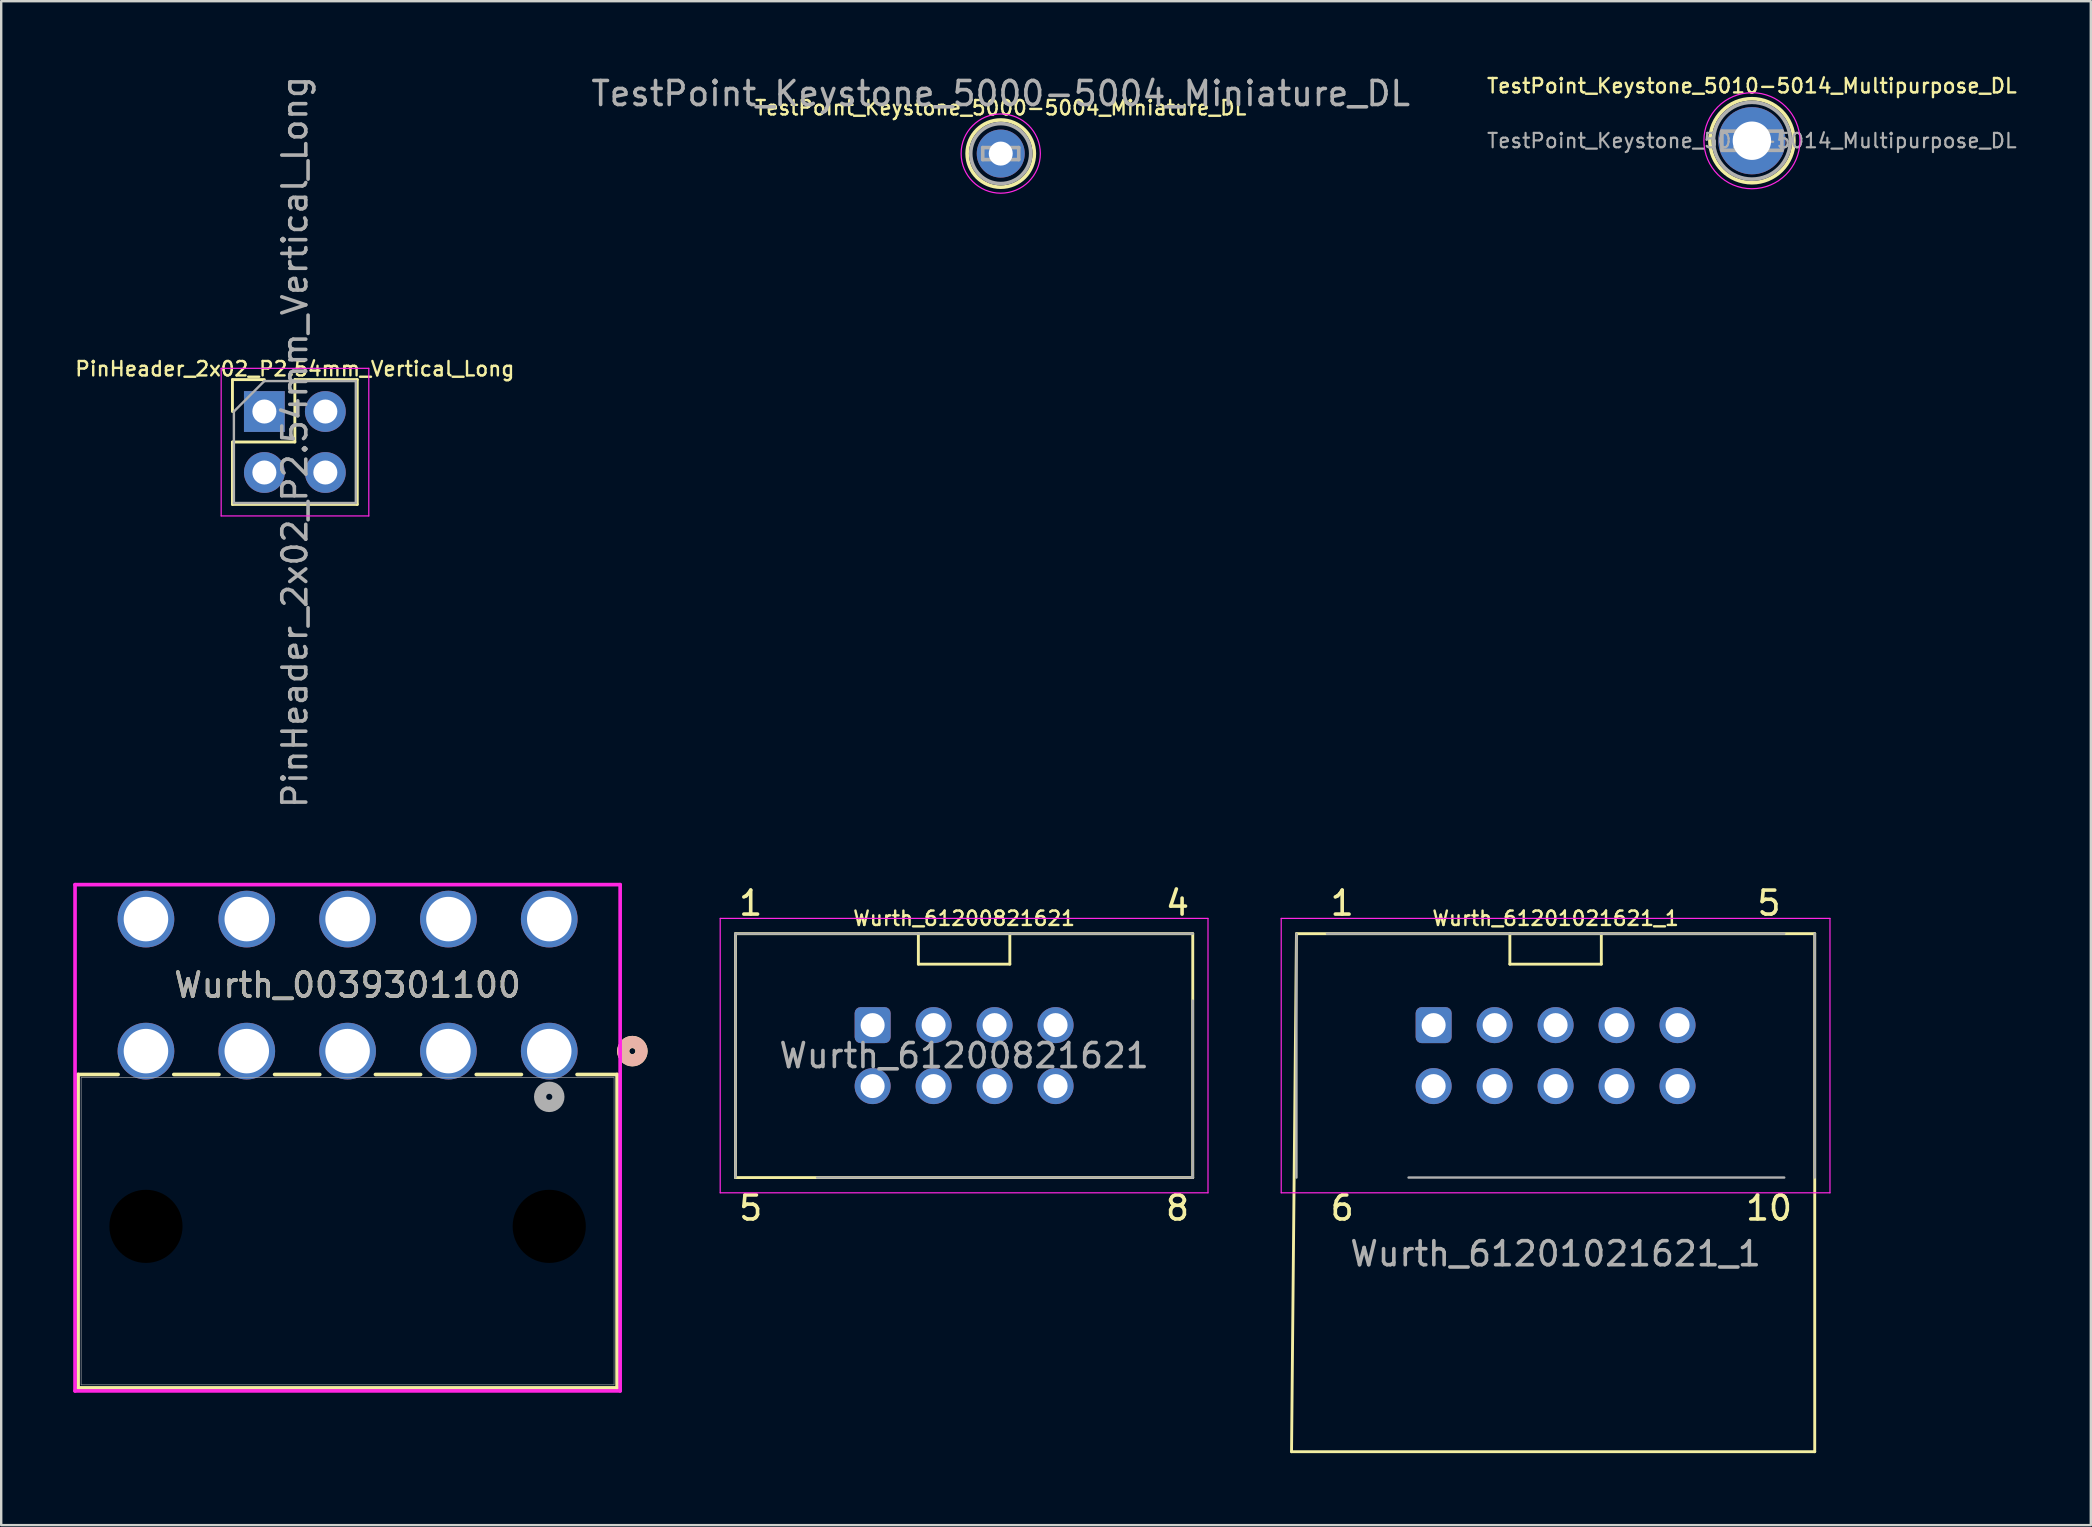
<source format=kicad_pcb>
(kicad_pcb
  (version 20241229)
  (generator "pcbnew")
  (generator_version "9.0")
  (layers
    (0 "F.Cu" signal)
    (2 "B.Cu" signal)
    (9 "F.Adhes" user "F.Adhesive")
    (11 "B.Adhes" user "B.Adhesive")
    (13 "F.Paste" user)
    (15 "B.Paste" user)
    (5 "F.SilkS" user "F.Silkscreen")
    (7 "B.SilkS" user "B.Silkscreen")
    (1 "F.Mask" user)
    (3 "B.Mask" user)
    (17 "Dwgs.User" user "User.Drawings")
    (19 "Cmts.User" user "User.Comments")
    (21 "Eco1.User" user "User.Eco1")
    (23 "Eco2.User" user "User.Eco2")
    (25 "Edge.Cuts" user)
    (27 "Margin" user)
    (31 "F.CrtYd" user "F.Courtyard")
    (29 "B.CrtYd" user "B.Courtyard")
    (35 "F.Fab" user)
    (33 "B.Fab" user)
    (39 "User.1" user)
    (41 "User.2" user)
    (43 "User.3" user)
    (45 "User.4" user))
  (footprint "Wurth_0039301100"
    (layer "F.Cu")
    (at 19.83 40.737)
    (property "Reference" "Wurth_0039301100" (at -8.4 -2.75 0) (unlocked yes) (layer "F.SilkS") (effects (font (size 1 1) (thickness 0.15))))
    (attr through_hole)
    (fp_line (start -19.627 0.973) (end -19.627 14.029) (stroke (width 0.152) (type solid)) (layer "F.SilkS"))
    (fp_line (start -19.627 14.029) (end 2.827 14.029) (stroke (width 0.152) (type solid)) (layer "F.SilkS"))
    (fp_line (start -17.96 0.973) (end -19.627 0.973) (stroke (width 0.152) (type solid)) (layer "F.SilkS"))
    (fp_line (start -13.76 0.973) (end -15.64 0.973) (stroke (width 0.152) (type solid)) (layer "F.SilkS"))
    (fp_line (start -9.56 0.973) (end -11.44 0.973) (stroke (width 0.152) (type solid)) (layer "F.SilkS"))
    (fp_line (start -5.36 0.973) (end -7.24 0.973) (stroke (width 0.152) (type solid)) (layer "F.SilkS"))
    (fp_line (start -1.16 0.973) (end -3.04 0.973) (stroke (width 0.152) (type solid)) (layer "F.SilkS"))
    (fp_line (start 2.827 0.973) (end 1.16 0.973) (stroke (width 0.152) (type solid)) (layer "F.SilkS"))
    (fp_line (start 2.827 14.029) (end 2.827 0.973) (stroke (width 0.152) (type solid)) (layer "F.SilkS"))
    (fp_circle (center 3.462 0) (end 3.843 0) (stroke (width 0.508) (type solid)) (fill no) (layer "F.SilkS"))
    (fp_circle (center 3.462 0) (end 3.843 0) (stroke (width 0.508) (type solid)) (fill no) (layer "B.SilkS"))
    (fp_line (start -19.754 -6.935) (end -19.754 14.156) (stroke (width 0.152) (type solid)) (layer "F.CrtYd"))
    (fp_line (start -19.754 14.156) (end 2.954 14.156) (stroke (width 0.152) (type solid)) (layer "F.CrtYd"))
    (fp_line (start 2.954 -6.935) (end -19.754 -6.935) (stroke (width 0.152) (type solid)) (layer "F.CrtYd"))
    (fp_line (start 2.954 14.156) (end 2.954 -6.935) (stroke (width 0.152) (type solid)) (layer "F.CrtYd"))
    (fp_line (start -19.5 1.1) (end -19.5 13.902) (stroke (width 0.025) (type solid)) (layer "F.Fab"))
    (fp_line (start -19.5 13.902) (end 2.7 13.902) (stroke (width 0.025) (type solid)) (layer "F.Fab"))
    (fp_line (start 2.7 1.1) (end -19.5 1.1) (stroke (width 0.025) (type solid)) (layer "F.Fab"))
    (fp_line (start 2.7 13.902) (end 2.7 1.1) (stroke (width 0.025) (type solid)) (layer "F.Fab"))
    (fp_circle (center 0 1.905) (end 0.381 1.905) (stroke (width 0.508) (type solid)) (fill no) (layer "F.Fab"))
    (fp_text user "${REFERENCE}" (at -8.4 -2.75 0) (unlocked yes) (layer "F.Fab") (effects (font (size 1 1) (thickness 0.15))))
    (pad "" np_thru_hole circle (at -16.8 7.3) (size 3.048 3.048) (drill 3.048) (layers))
    (pad "" np_thru_hole circle (at 0 7.3) (size 3.048 3.048) (drill 3.048) (layers))
    (pad "1" thru_hole circle (at 0 0) (size 2.362 2.362) (drill 1.854) (layers "*.Cu" "*.Mask"))
    (pad "2" thru_hole circle (at -4.2 0) (size 2.362 2.362) (drill 1.854) (layers "*.Cu" "*.Mask"))
    (pad "3" thru_hole circle (at -8.4 0) (size 2.362 2.362) (drill 1.854) (layers "*.Cu" "*.Mask"))
    (pad "4" thru_hole circle (at -12.6 0) (size 2.362 2.362) (drill 1.854) (layers "*.Cu" "*.Mask"))
    (pad "5" thru_hole circle (at -16.8 0) (size 2.362 2.362) (drill 1.854) (layers "*.Cu" "*.Mask"))
    (pad "6" thru_hole circle (at 0 -5.5) (size 2.362 2.362) (drill 1.854) (layers "*.Cu" "*.Mask"))
    (pad "7" thru_hole circle (at -4.2 -5.5) (size 2.362 2.362) (drill 1.854) (layers "*.Cu" "*.Mask"))
    (pad "8" thru_hole circle (at -8.4 -5.5) (size 2.362 2.362) (drill 1.854) (layers "*.Cu" "*.Mask"))
    (pad "9" thru_hole circle (at -12.6 -5.5) (size 2.362 2.362) (drill 1.854) (layers "*.Cu" "*.Mask"))
    (pad "10" thru_hole circle (at -16.8 -5.5) (size 2.362 2.362) (drill 1.854) (layers "*.Cu" "*.Mask")))
  (footprint "TestPoint_Keystone_5010-5014_Multipurpose_DL"
    (layer "F.Cu")
    (at 69.93 2.812)
    (property "Reference" "TestPoint_Keystone_5010-5014_Multipurpose_DL" (at 0 -2.286 0) (layer "F.SilkS") (effects (font (size 0.6 0.6) (thickness 0.1))))
    (attr through_hole)
    (fp_circle (center 0 0) (end 1.75 0) (stroke (width 0.15) (type solid)) (fill no) (layer "F.SilkS"))
    (fp_circle (center 0 0) (end 2 0) (stroke (width 0.05) (type solid)) (fill no) (layer "F.CrtYd"))
    (fp_line (start -1.25 -0.4) (end 1.25 -0.4) (stroke (width 0.15) (type solid)) (layer "F.Fab"))
    (fp_line (start -1.25 0.4) (end -1.25 -0.4) (stroke (width 0.15) (type solid)) (layer "F.Fab"))
    (fp_line (start 1.25 -0.4) (end 1.25 0.4) (stroke (width 0.15) (type solid)) (layer "F.Fab"))
    (fp_line (start 1.25 0.4) (end -1.25 0.4) (stroke (width 0.15) (type solid)) (layer "F.Fab"))
    (fp_circle (center 0 0) (end 1.6 0) (stroke (width 0.15) (type solid)) (fill no) (layer "F.Fab"))
    (fp_text user "${REFERENCE}" (at 0 0 0) (layer "F.Fab") (effects (font (size 0.6 0.6) (thickness 0.09))))
    (pad "1" thru_hole circle (at 0 0) (size 2.8 2.8) (drill 1.6) (layers "*.Cu" "*.Mask")))
  (footprint "PinHeader_2x02_P2.54mm_Vertical_Long"
    (layer "F.Cu")
    (at 7.963 14.093)
    (property "Reference" "PinHeader_2x02_P2.54mm_Vertical_Long" (at 1.27 -1.778 0) (layer "F.SilkS") (effects (font (size 0.6 0.6) (thickness 0.1))))
    (attr through_hole)
    (fp_line (start -1.33 -1.33) (end 0 -1.33) (stroke (width 0.12) (type solid)) (layer "F.SilkS"))
    (fp_line (start -1.33 0) (end -1.33 -1.33) (stroke (width 0.12) (type solid)) (layer "F.SilkS"))
    (fp_line (start -1.33 1.27) (end -1.33 3.87) (stroke (width 0.12) (type solid)) (layer "F.SilkS"))
    (fp_line (start -1.33 1.27) (end 1.27 1.27) (stroke (width 0.12) (type solid)) (layer "F.SilkS"))
    (fp_line (start -1.33 3.87) (end 3.87 3.87) (stroke (width 0.12) (type solid)) (layer "F.SilkS"))
    (fp_line (start 1.27 -1.33) (end 3.87 -1.33) (stroke (width 0.12) (type solid)) (layer "F.SilkS"))
    (fp_line (start 1.27 1.27) (end 1.27 -1.33) (stroke (width 0.12) (type solid)) (layer "F.SilkS"))
    (fp_line (start 3.87 -1.33) (end 3.87 3.87) (stroke (width 0.12) (type solid)) (layer "F.SilkS"))
    (fp_line (start -1.8 -1.8) (end -1.8 4.35) (stroke (width 0.05) (type solid)) (layer "F.CrtYd"))
    (fp_line (start -1.8 4.35) (end 4.35 4.35) (stroke (width 0.05) (type solid)) (layer "F.CrtYd"))
    (fp_line (start 4.35 -1.8) (end -1.8 -1.8) (stroke (width 0.05) (type solid)) (layer "F.CrtYd"))
    (fp_line (start 4.35 4.35) (end 4.35 -1.8) (stroke (width 0.05) (type solid)) (layer "F.CrtYd"))
    (fp_line (start -1.27 0) (end 0 -1.27) (stroke (width 0.1) (type solid)) (layer "F.Fab"))
    (fp_line (start -1.27 3.81) (end -1.27 0) (stroke (width 0.1) (type solid)) (layer "F.Fab"))
    (fp_line (start 0 -1.27) (end 3.81 -1.27) (stroke (width 0.1) (type solid)) (layer "F.Fab"))
    (fp_line (start 3.81 -1.27) (end 3.81 3.81) (stroke (width 0.1) (type solid)) (layer "F.Fab"))
    (fp_line (start 3.81 3.81) (end -1.27 3.81) (stroke (width 0.1) (type solid)) (layer "F.Fab"))
    (fp_text user "${REFERENCE}" (at 1.27 1.27 90) (layer "F.Fab") (effects (font (size 1 1) (thickness 0.15))))
    (pad "1" thru_hole rect (at 0 0) (size 1.7 1.7) (drill 1) (layers "*.Cu" "*.Mask"))
    (pad "2" thru_hole oval (at 2.54 0) (size 1.7 1.7) (drill 1) (layers "*.Cu" "*.Mask"))
    (pad "3" thru_hole oval (at 0 2.54) (size 1.7 1.7) (drill 1) (layers "*.Cu" "*.Mask"))
    (pad "4" thru_hole oval (at 2.54 2.54) (size 1.7 1.7) (drill 1) (layers "*.Cu" "*.Mask")))
  (footprint "TestPoint_Keystone_5000-5004_Miniature_DL"
    (layer "F.Cu")
    (at 38.638 3.348)
    (property "Reference" "TestPoint_Keystone_5000-5004_Miniature_DL" (at 0 -1.905 0) (layer "F.SilkS") (effects (font (size 0.6 0.6) (thickness 0.1))))
    (attr through_hole)
    (fp_circle (center 0 0) (end 1.4 0) (stroke (width 0.15) (type solid)) (fill no) (layer "F.SilkS"))
    (fp_circle (center 0 0) (end 1.65 0) (stroke (width 0.05) (type solid)) (fill no) (layer "F.CrtYd"))
    (fp_line (start -0.75 -0.25) (end 0.75 -0.25) (stroke (width 0.15) (type solid)) (layer "F.Fab"))
    (fp_line (start -0.75 0.25) (end -0.75 -0.25) (stroke (width 0.15) (type solid)) (layer "F.Fab"))
    (fp_line (start 0.75 -0.25) (end 0.75 0.25) (stroke (width 0.15) (type solid)) (layer "F.Fab"))
    (fp_line (start 0.75 0.25) (end -0.75 0.25) (stroke (width 0.15) (type solid)) (layer "F.Fab"))
    (fp_circle (center 0 0) (end 1.25 0) (stroke (width 0.15) (type solid)) (fill no) (layer "F.Fab"))
    (fp_text user "${REFERENCE}" (at 0 -2.5 0) (layer "F.Fab") (effects (font (size 1 1) (thickness 0.15))))
    (pad "1" thru_hole circle (at 0 0) (size 2 2) (drill 1) (layers "*.Cu" "*.Mask")))
  (footprint "Wurth_61201021621_1"
    (layer "F.Cu")
    (at 61.752 40.924)
    (property "Reference" "Wurth_61201021621_1" (at 0 -5.715 0) (layer "F.SilkS") (effects (font (size 0.6 0.6) (thickness 0.1))))
    (attr through_hole)
    (fp_line (start -11 16.5) (end -10.795 -5.08) (stroke (width 0.12) (type default)) (layer "F.SilkS"))
    (fp_line (start -11 16.5) (end 10.795 16.5) (stroke (width 0.12) (type default)) (layer "F.SilkS"))
    (fp_line (start -10.795 -5.08) (end 10.795 -5.08) (stroke (width 0.12) (type default)) (layer "F.SilkS"))
    (fp_line (start -1.905 -5.08) (end -1.905 -3.81) (stroke (width 0.12) (type default)) (layer "F.SilkS"))
    (fp_line (start -1.905 -3.81) (end 1.905 -3.81) (stroke (width 0.12) (type default)) (layer "F.SilkS"))
    (fp_line (start 1.905 -3.81) (end 1.905 -5.08) (stroke (width 0.12) (type default)) (layer "F.SilkS"))
    (fp_line (start 10.795 16.5) (end 10.795 -5.08) (stroke (width 0.12) (type default)) (layer "F.SilkS"))
    (fp_line (start -11.43 -5.715) (end 11.43 -5.715) (stroke (width 0.05) (type solid)) (layer "F.CrtYd"))
    (fp_line (start -11.43 5.715) (end -11.43 -5.715) (stroke (width 0.05) (type solid)) (layer "F.CrtYd"))
    (fp_line (start 11.43 -5.715) (end 11.43 5.715) (stroke (width 0.05) (type solid)) (layer "F.CrtYd"))
    (fp_line (start 11.43 5.715) (end -11.43 5.715) (stroke (width 0.05) (type solid)) (layer "F.CrtYd"))
    (fp_line (start -10.795 -5.08) (end -10.795 5.08) (stroke (width 0.1) (type solid)) (layer "F.Fab"))
    (fp_line (start -6.125 5.08) (end 9.525 5.08) (stroke (width 0.1) (type solid)) (layer "F.Fab"))
    (fp_line (start 9.525 -5.08) (end -9.525 -5.08) (stroke (width 0.1) (type solid)) (layer "F.Fab"))
    (fp_line (start 10.795 5.08) (end 10.795 -5.08) (stroke (width 0.1) (type solid)) (layer "F.Fab"))
    (fp_text user "1" (at -8.89 -6.35 0) (unlocked yes) (layer "F.SilkS") (effects (font (size 1 1) (thickness 0.15))))
    (fp_text user "5" (at 8.89 -6.35 0) (unlocked yes) (layer "F.SilkS") (effects (font (size 1 1) (thickness 0.15))))
    (fp_text user "10" (at 8.89 6.35 0) (unlocked yes) (layer "F.SilkS") (effects (font (size 1 1) (thickness 0.15))))
    (fp_text user "6" (at -8.89 6.35 0) (unlocked yes) (layer "F.SilkS") (effects (font (size 1 1) (thickness 0.15))))
    (fp_text user "${REFERENCE}" (at 0 8.255 0) (layer "F.Fab") (effects (font (size 1 1) (thickness 0.15))))
    (pad "1" thru_hole roundrect (at -5.08 -1.27) (size 1.5 1.5) (drill 1) (layers "*.Cu" "*.Mask") (roundrect_rratio 0.167))
    (pad "2" thru_hole circle (at -2.54 -1.27) (size 1.5 1.5) (drill 1) (layers "*.Cu" "*.Mask"))
    (pad "3" thru_hole circle (at 0 -1.27) (size 1.5 1.5) (drill 1) (layers "*.Cu" "*.Mask"))
    (pad "4" thru_hole circle (at 2.54 -1.27) (size 1.5 1.5) (drill 1) (layers "*.Cu" "*.Mask"))
    (pad "5" thru_hole circle (at 5.08 -1.27) (size 1.5 1.5) (drill 1) (layers "*.Cu" "*.Mask"))
    (pad "6" thru_hole circle (at -5.08 1.27) (size 1.5 1.5) (drill 1) (layers "*.Cu" "*.Mask"))
    (pad "7" thru_hole circle (at -2.54 1.27) (size 1.5 1.5) (drill 1) (layers "*.Cu" "*.Mask"))
    (pad "8" thru_hole circle (at 0 1.27) (size 1.5 1.5) (drill 1) (layers "*.Cu" "*.Mask"))
    (pad "9" thru_hole circle (at 2.54 1.27) (size 1.5 1.5) (drill 1) (layers "*.Cu" "*.Mask"))
    (pad "10" thru_hole circle (at 5.08 1.27) (size 1.5 1.5) (drill 1) (layers "*.Cu" "*.Mask")))
  (footprint "Wurth_61200821621"
    (layer "F.Cu")
    (at 37.112 40.924)
    (property "Reference" "Wurth_61200821621" (at 0 -5.715 0) (layer "F.SilkS") (effects (font (size 0.6 0.6) (thickness 0.1))))
    (attr through_hole)
    (fp_line (start -9.525 -5.08) (end 9.525 -5.08) (stroke (width 0.12) (type default)) (layer "F.SilkS"))
    (fp_line (start -9.525 5.08) (end -9.525 -5.08) (stroke (width 0.12) (type default)) (layer "F.SilkS"))
    (fp_line (start -9.525 5.08) (end 9.525 5.08) (stroke (width 0.12) (type default)) (layer "F.SilkS"))
    (fp_line (start -1.905 -5.08) (end -1.905 -3.81) (stroke (width 0.12) (type default)) (layer "F.SilkS"))
    (fp_line (start -1.905 -3.81) (end 1.905 -3.81) (stroke (width 0.12) (type default)) (layer "F.SilkS"))
    (fp_line (start 1.905 -3.81) (end 1.905 -5.08) (stroke (width 0.12) (type default)) (layer "F.SilkS"))
    (fp_line (start 9.525 5.08) (end 9.525 -5.08) (stroke (width 0.12) (type default)) (layer "F.SilkS"))
    (fp_line (start -10.16 -5.715) (end 10.16 -5.715) (stroke (width 0.05) (type solid)) (layer "F.CrtYd"))
    (fp_line (start -10.16 5.715) (end -10.16 -5.715) (stroke (width 0.05) (type solid)) (layer "F.CrtYd"))
    (fp_line (start 10.16 -5.715) (end 10.16 5.715) (stroke (width 0.05) (type solid)) (layer "F.CrtYd"))
    (fp_line (start 10.16 5.715) (end -10.16 5.715) (stroke (width 0.05) (type solid)) (layer "F.CrtYd"))
    (fp_line (start -9.525 -5.08) (end -9.525 5.08) (stroke (width 0.1) (type solid)) (layer "F.Fab"))
    (fp_line (start -6.125 5.08) (end 9.525 5.08) (stroke (width 0.1) (type solid)) (layer "F.Fab"))
    (fp_line (start 9.525 -5.08) (end -9.525 -5.08) (stroke (width 0.1) (type solid)) (layer "F.Fab"))
    (fp_line (start 9.525 5.08) (end 9.525 -2.29) (stroke (width 0.1) (type solid)) (layer "F.Fab"))
    (fp_text user "4" (at 8.89 -6.35 0) (unlocked yes) (layer "F.SilkS") (effects (font (size 1 1) (thickness 0.15))))
    (fp_text user "8" (at 8.89 6.35 0) (unlocked yes) (layer "F.SilkS") (effects (font (size 1 1) (thickness 0.15))))
    (fp_text user "5" (at -8.89 6.35 0) (unlocked yes) (layer "F.SilkS") (effects (font (size 1 1) (thickness 0.15))))
    (fp_text user "1" (at -8.89 -6.35 0) (unlocked yes) (layer "F.SilkS") (effects (font (size 1 1) (thickness 0.15))))
    (fp_text user "${REFERENCE}" (at 0 0 0) (layer "F.Fab") (effects (font (size 1 1) (thickness 0.15))))
    (pad "1" thru_hole roundrect (at -3.81 -1.27) (size 1.5 1.5) (drill 1) (layers "*.Cu" "*.Mask") (roundrect_rratio 0.167))
    (pad "2" thru_hole circle (at -1.27 -1.27) (size 1.5 1.5) (drill 1) (layers "*.Cu" "*.Mask"))
    (pad "3" thru_hole circle (at 1.27 -1.27) (size 1.5 1.5) (drill 1) (layers "*.Cu" "*.Mask"))
    (pad "4" thru_hole circle (at 3.81 -1.27) (size 1.5 1.5) (drill 1) (layers "*.Cu" "*.Mask"))
    (pad "5" thru_hole circle (at -3.81 1.27) (size 1.5 1.5) (drill 1) (layers "*.Cu" "*.Mask"))
    (pad "6" thru_hole circle (at -1.27 1.27) (size 1.5 1.5) (drill 1) (layers "*.Cu" "*.Mask"))
    (pad "7" thru_hole circle (at 1.27 1.27) (size 1.5 1.5) (drill 1) (layers "*.Cu" "*.Mask"))
    (pad "8" thru_hole circle (at 3.81 1.27) (size 1.5 1.5) (drill 1) (layers "*.Cu" "*.Mask")))
  (gr_rect
    (start -3 -3)
    (end 84.048 60.484)
    (stroke (width 0.1) (type default))
    (fill no)
    (layer "Edge.Cuts")))
</source>
